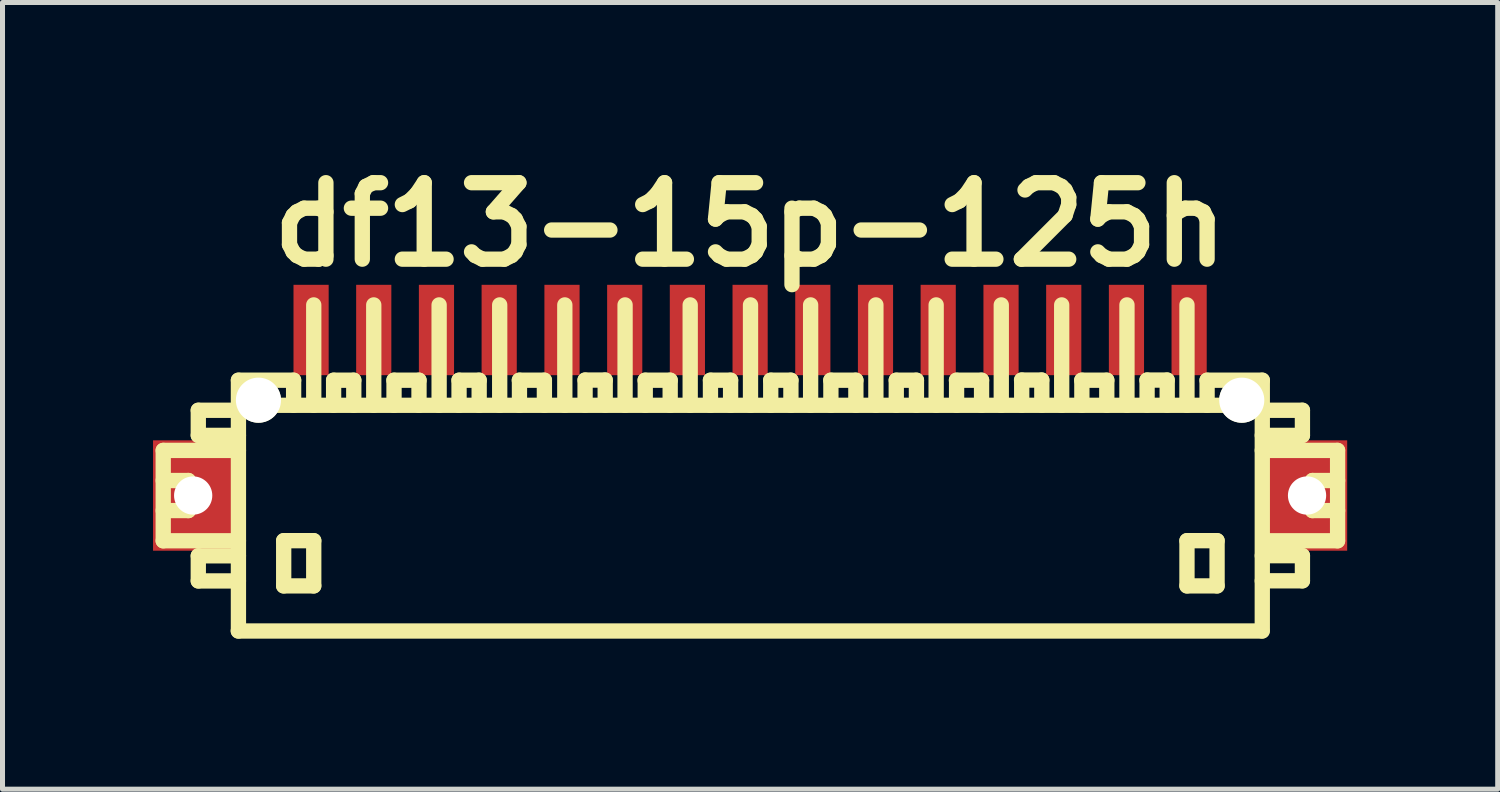
<source format=kicad_pcb>
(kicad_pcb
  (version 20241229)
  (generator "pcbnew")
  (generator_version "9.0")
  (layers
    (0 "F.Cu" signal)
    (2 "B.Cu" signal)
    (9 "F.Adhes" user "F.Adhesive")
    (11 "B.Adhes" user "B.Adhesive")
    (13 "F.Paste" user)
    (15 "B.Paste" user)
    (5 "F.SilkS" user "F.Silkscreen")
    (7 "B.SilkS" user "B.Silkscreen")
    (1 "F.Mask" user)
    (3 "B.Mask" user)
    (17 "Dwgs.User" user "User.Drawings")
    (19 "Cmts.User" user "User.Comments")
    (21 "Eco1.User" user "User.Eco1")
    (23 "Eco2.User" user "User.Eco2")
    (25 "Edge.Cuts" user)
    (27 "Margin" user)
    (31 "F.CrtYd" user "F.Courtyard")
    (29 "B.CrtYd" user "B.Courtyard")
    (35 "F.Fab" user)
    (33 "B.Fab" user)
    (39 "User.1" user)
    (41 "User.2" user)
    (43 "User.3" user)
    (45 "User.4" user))
  (footprint "df13-15p-125h"
    (layer "F.Cu")
    (at 11.9 7.027)
    (property "Reference" "df13-15p-125h" (at 0 -5.601 0) (layer "F.SilkS") (effects (font (size 1.524 1.524) (thickness 0.305))))
    (attr through_hole)
    (fp_line (start -11.697 -1.1) (end -11.697 0.701) (stroke (width 0.305) (type solid)) (layer "F.SilkS"))
    (fp_line (start -11.697 0.701) (end -10.198 0.701) (stroke (width 0.305) (type solid)) (layer "F.SilkS"))
    (fp_line (start -11.196 -0.5) (end -11.697 -0.5) (stroke (width 0.305) (type solid)) (layer "F.SilkS"))
    (fp_line (start -11.196 0.099) (end -11.697 0.099) (stroke (width 0.305) (type solid)) (layer "F.SilkS"))
    (fp_line (start -11.196 0.099) (end -11.196 -0.5) (stroke (width 0.305) (type solid)) (layer "F.SilkS"))
    (fp_line (start -10.998 -1.9) (end -10.998 -1.4) (stroke (width 0.305) (type solid)) (layer "F.SilkS"))
    (fp_line (start -10.998 -1.9) (end -10.198 -1.9) (stroke (width 0.305) (type solid)) (layer "F.SilkS"))
    (fp_line (start -10.998 1.001) (end -10.998 1.501) (stroke (width 0.305) (type solid)) (layer "F.SilkS"))
    (fp_line (start -10.998 1.501) (end -10.198 1.501) (stroke (width 0.305) (type solid)) (layer "F.SilkS"))
    (fp_line (start -10.201 -1.999) (end 10.201 -1.999) (stroke (width 0.305) (type solid)) (layer "F.SilkS"))
    (fp_line (start -10.198 -1.4) (end -10.998 -1.4) (stroke (width 0.305) (type solid)) (layer "F.SilkS"))
    (fp_line (start -10.198 -1.1) (end -11.697 -1.1) (stroke (width 0.305) (type solid)) (layer "F.SilkS"))
    (fp_line (start -10.198 1.001) (end -10.998 1.001) (stroke (width 0.305) (type solid)) (layer "F.SilkS"))
    (fp_line (start -10.198 2.499) (end -10.198 -2.499) (stroke (width 0.305) (type solid)) (layer "F.SilkS"))
    (fp_line (start -9.296 0.699) (end -9.296 1.6) (stroke (width 0.305) (type solid)) (layer "F.SilkS"))
    (fp_line (start -9.296 1.6) (end -8.697 1.6) (stroke (width 0.305) (type solid)) (layer "F.SilkS"))
    (fp_line (start -9.098 -2.499) (end -10.198 -2.499) (stroke (width 0.305) (type solid)) (layer "F.SilkS"))
    (fp_line (start -9.098 -2.499) (end -9.098 -1.999) (stroke (width 0.305) (type solid)) (layer "F.SilkS"))
    (fp_line (start -8.697 -4) (end -8.697 -1.999) (stroke (width 0.305) (type solid)) (layer "F.SilkS"))
    (fp_line (start -8.697 0.699) (end -9.296 0.699) (stroke (width 0.305) (type solid)) (layer "F.SilkS"))
    (fp_line (start -8.697 1.6) (end -8.697 0.699) (stroke (width 0.305) (type solid)) (layer "F.SilkS"))
    (fp_line (start -8.301 -2.499) (end -8.301 -1.999) (stroke (width 0.305) (type solid)) (layer "F.SilkS"))
    (fp_line (start -7.899 -2.499) (end -8.301 -2.499) (stroke (width 0.305) (type solid)) (layer "F.SilkS"))
    (fp_line (start -7.899 -2.499) (end -7.899 -1.999) (stroke (width 0.305) (type solid)) (layer "F.SilkS"))
    (fp_line (start -7.501 -1.999) (end -7.501 -4) (stroke (width 0.305) (type solid)) (layer "F.SilkS"))
    (fp_line (start -7.099 -2.499) (end -6.599 -2.499) (stroke (width 0.305) (type solid)) (layer "F.SilkS"))
    (fp_line (start -7.097 -1.999) (end -7.097 -2.499) (stroke (width 0.305) (type solid)) (layer "F.SilkS"))
    (fp_line (start -6.599 -2.499) (end -6.599 -1.999) (stroke (width 0.305) (type solid)) (layer "F.SilkS"))
    (fp_line (start -6.198 -1.999) (end -6.198 -4) (stroke (width 0.305) (type solid)) (layer "F.SilkS"))
    (fp_line (start -5.801 -2.499) (end -5.801 -1.999) (stroke (width 0.305) (type solid)) (layer "F.SilkS"))
    (fp_line (start -5.4 -2.499) (end -5.801 -2.499) (stroke (width 0.305) (type solid)) (layer "F.SilkS"))
    (fp_line (start -5.4 -2.499) (end -5.4 -1.999) (stroke (width 0.305) (type solid)) (layer "F.SilkS"))
    (fp_line (start -4.991 -1.999) (end -4.991 -4) (stroke (width 0.305) (type solid)) (layer "F.SilkS"))
    (fp_line (start -4.6 -2.499) (end -4.1 -2.499) (stroke (width 0.305) (type solid)) (layer "F.SilkS"))
    (fp_line (start -4.597 -1.999) (end -4.597 -2.499) (stroke (width 0.305) (type solid)) (layer "F.SilkS"))
    (fp_line (start -4.1 -2.499) (end -4.1 -1.999) (stroke (width 0.305) (type solid)) (layer "F.SilkS"))
    (fp_line (start -3.693 -1.999) (end -3.693 -4) (stroke (width 0.305) (type solid)) (layer "F.SilkS"))
    (fp_line (start -3.289 -2.502) (end -3.289 -2.002) (stroke (width 0.305) (type solid)) (layer "F.SilkS"))
    (fp_line (start -2.888 -2.502) (end -3.289 -2.502) (stroke (width 0.305) (type solid)) (layer "F.SilkS"))
    (fp_line (start -2.888 -2.502) (end -2.888 -2.002) (stroke (width 0.305) (type solid)) (layer "F.SilkS"))
    (fp_line (start -2.492 -1.999) (end -2.492 -4) (stroke (width 0.305) (type solid)) (layer "F.SilkS"))
    (fp_line (start -2.093 -2.499) (end -1.593 -2.499) (stroke (width 0.305) (type solid)) (layer "F.SilkS"))
    (fp_line (start -2.09 -1.999) (end -2.09 -2.499) (stroke (width 0.305) (type solid)) (layer "F.SilkS"))
    (fp_line (start -1.593 -2.499) (end -1.593 -1.999) (stroke (width 0.305) (type solid)) (layer "F.SilkS"))
    (fp_line (start -1.194 -1.999) (end -1.194 -4) (stroke (width 0.305) (type solid)) (layer "F.SilkS"))
    (fp_line (start -0.79 -2.499) (end -0.79 -1.999) (stroke (width 0.305) (type solid)) (layer "F.SilkS"))
    (fp_line (start -0.389 -2.499) (end -0.79 -2.499) (stroke (width 0.305) (type solid)) (layer "F.SilkS"))
    (fp_line (start -0.389 -2.499) (end -0.389 -1.999) (stroke (width 0.305) (type solid)) (layer "F.SilkS"))
    (fp_line (start 0.008 -1.999) (end 0.008 -4) (stroke (width 0.305) (type solid)) (layer "F.SilkS"))
    (fp_line (start 0.411 -2.499) (end 0.411 -1.999) (stroke (width 0.305) (type solid)) (layer "F.SilkS"))
    (fp_line (start 0.813 -2.499) (end 0.411 -2.499) (stroke (width 0.305) (type solid)) (layer "F.SilkS"))
    (fp_line (start 0.813 -2.499) (end 0.813 -1.999) (stroke (width 0.305) (type solid)) (layer "F.SilkS"))
    (fp_line (start 1.206 -1.999) (end 1.206 -4) (stroke (width 0.305) (type solid)) (layer "F.SilkS"))
    (fp_line (start 1.608 -2.499) (end 2.108 -2.499) (stroke (width 0.305) (type solid)) (layer "F.SilkS"))
    (fp_line (start 1.61 -1.999) (end 1.61 -2.499) (stroke (width 0.305) (type solid)) (layer "F.SilkS"))
    (fp_line (start 2.108 -2.499) (end 2.108 -1.999) (stroke (width 0.305) (type solid)) (layer "F.SilkS"))
    (fp_line (start 2.507 -1.999) (end 2.507 -4) (stroke (width 0.305) (type solid)) (layer "F.SilkS"))
    (fp_line (start 2.913 -2.499) (end 2.913 -1.999) (stroke (width 0.305) (type solid)) (layer "F.SilkS"))
    (fp_line (start 3.315 -2.499) (end 2.913 -2.499) (stroke (width 0.305) (type solid)) (layer "F.SilkS"))
    (fp_line (start 3.315 -2.499) (end 3.315 -1.999) (stroke (width 0.305) (type solid)) (layer "F.SilkS"))
    (fp_line (start 3.708 -1.999) (end 3.708 -4) (stroke (width 0.305) (type solid)) (layer "F.SilkS"))
    (fp_line (start 4.112 -2.499) (end 4.613 -2.499) (stroke (width 0.305) (type solid)) (layer "F.SilkS"))
    (fp_line (start 4.115 -1.999) (end 4.115 -2.499) (stroke (width 0.305) (type solid)) (layer "F.SilkS"))
    (fp_line (start 4.613 -2.499) (end 4.613 -1.999) (stroke (width 0.305) (type solid)) (layer "F.SilkS"))
    (fp_line (start 5.006 -1.999) (end 5.006 -4) (stroke (width 0.305) (type solid)) (layer "F.SilkS"))
    (fp_line (start 5.413 -2.502) (end 5.413 -2.002) (stroke (width 0.305) (type solid)) (layer "F.SilkS"))
    (fp_line (start 5.812 -2.502) (end 5.41 -2.502) (stroke (width 0.305) (type solid)) (layer "F.SilkS"))
    (fp_line (start 5.814 -2.502) (end 5.814 -2.002) (stroke (width 0.305) (type solid)) (layer "F.SilkS"))
    (fp_line (start 6.21 -1.999) (end 6.21 -4) (stroke (width 0.305) (type solid)) (layer "F.SilkS"))
    (fp_line (start 6.609 -2.499) (end 7.109 -2.499) (stroke (width 0.305) (type solid)) (layer "F.SilkS"))
    (fp_line (start 6.612 -1.999) (end 6.612 -2.499) (stroke (width 0.305) (type solid)) (layer "F.SilkS"))
    (fp_line (start 7.109 -2.499) (end 7.109 -1.999) (stroke (width 0.305) (type solid)) (layer "F.SilkS"))
    (fp_line (start 7.511 -1.999) (end 7.511 -4) (stroke (width 0.305) (type solid)) (layer "F.SilkS"))
    (fp_line (start 7.912 -2.502) (end 7.912 -2.002) (stroke (width 0.305) (type solid)) (layer "F.SilkS"))
    (fp_line (start 8.311 -2.502) (end 7.91 -2.502) (stroke (width 0.305) (type solid)) (layer "F.SilkS"))
    (fp_line (start 8.313 -2.502) (end 8.313 -2.002) (stroke (width 0.305) (type solid)) (layer "F.SilkS"))
    (fp_line (start 8.707 -1.999) (end 8.707 -4) (stroke (width 0.305) (type solid)) (layer "F.SilkS"))
    (fp_line (start 8.707 0.699) (end 9.307 0.699) (stroke (width 0.305) (type solid)) (layer "F.SilkS"))
    (fp_line (start 8.707 1.6) (end 8.707 0.699) (stroke (width 0.305) (type solid)) (layer "F.SilkS"))
    (fp_line (start 9.108 -2.499) (end 9.108 -1.999) (stroke (width 0.305) (type solid)) (layer "F.SilkS"))
    (fp_line (start 9.307 0.699) (end 9.307 1.6) (stroke (width 0.305) (type solid)) (layer "F.SilkS"))
    (fp_line (start 9.307 1.6) (end 8.707 1.6) (stroke (width 0.305) (type solid)) (layer "F.SilkS"))
    (fp_line (start 10.201 2.499) (end -10.201 2.499) (stroke (width 0.305) (type solid)) (layer "F.SilkS"))
    (fp_line (start 10.208 -2.499) (end 9.108 -2.499) (stroke (width 0.305) (type solid)) (layer "F.SilkS"))
    (fp_line (start 10.208 -2.499) (end 10.208 2.499) (stroke (width 0.305) (type solid)) (layer "F.SilkS"))
    (fp_line (start 10.208 -1.9) (end 11.008 -1.9) (stroke (width 0.305) (type solid)) (layer "F.SilkS"))
    (fp_line (start 10.208 0.998) (end 11.008 0.998) (stroke (width 0.305) (type solid)) (layer "F.SilkS"))
    (fp_line (start 11.008 -1.9) (end 11.008 -1.4) (stroke (width 0.305) (type solid)) (layer "F.SilkS"))
    (fp_line (start 11.008 -1.4) (end 10.208 -1.4) (stroke (width 0.305) (type solid)) (layer "F.SilkS"))
    (fp_line (start 11.008 0.998) (end 11.008 1.499) (stroke (width 0.305) (type solid)) (layer "F.SilkS"))
    (fp_line (start 11.008 1.499) (end 10.208 1.499) (stroke (width 0.305) (type solid)) (layer "F.SilkS"))
    (fp_line (start 11.209 0.099) (end 11.209 -0.5) (stroke (width 0.305) (type solid)) (layer "F.SilkS"))
    (fp_line (start 11.707 -1.1) (end 10.208 -1.1) (stroke (width 0.305) (type solid)) (layer "F.SilkS"))
    (fp_line (start 11.707 0.701) (end 10.307 0.701) (stroke (width 0.305) (type solid)) (layer "F.SilkS"))
    (fp_line (start 11.709 -1.1) (end 11.709 0.701) (stroke (width 0.305) (type solid)) (layer "F.SilkS"))
    (fp_line (start 11.709 -0.5) (end 11.209 -0.5) (stroke (width 0.305) (type solid)) (layer "F.SilkS"))
    (fp_line (start 11.709 0.099) (end 11.209 0.099) (stroke (width 0.305) (type solid)) (layer "F.SilkS"))
    (pad "" np_thru_hole rect (at -11.1 -0.201) (size 1.6 2.2) (drill 0.762) (layers "F.Cu" "F.Mask" "F.Paste"))
    (pad "" np_thru_hole circle (at -9.799 -2.101) (size 0.899 0.899) (drill 0.899) (layers "*.Cu" "*.Mask" "F.SilkS"))
    (pad "" np_thru_hole circle (at 9.799 -2.101) (size 0.899 0.899) (drill 0.899) (layers "*.Cu" "*.Mask" "F.SilkS"))
    (pad "" np_thru_hole rect (at 11.1 -0.201) (size 1.6 2.2) (drill 0.762) (layers "F.Cu" "F.Mask" "F.Paste"))
    (pad "1" smd rect (at 8.75 -3.5) (size 0.701 1.801) (layers "F.Cu" "F.Mask" "F.Paste"))
    (pad "2" smd rect (at 7.501 -3.5) (size 0.701 1.801) (layers "F.Cu" "F.Mask" "F.Paste"))
    (pad "3" smd rect (at 6.251 -3.5) (size 0.701 1.801) (layers "F.Cu" "F.Mask" "F.Paste"))
    (pad "4" smd rect (at 5.001 -3.5) (size 0.701 1.801) (layers "F.Cu" "F.Mask" "F.Paste"))
    (pad "5" smd rect (at 3.749 -3.5) (size 0.701 1.801) (layers "F.Cu" "F.Mask" "F.Paste"))
    (pad "6" smd rect (at 2.499 -3.5) (size 0.701 1.801) (layers "F.Cu" "F.Mask" "F.Paste"))
    (pad "7" smd rect (at 1.25 -3.5) (size 0.701 1.801) (layers "F.Cu" "F.Mask" "F.Paste"))
    (pad "8" smd rect (at 0 -3.5) (size 0.701 1.801) (layers "F.Cu" "F.Mask" "F.Paste"))
    (pad "9" smd rect (at -1.25 -3.5) (size 0.701 1.801) (layers "F.Cu" "F.Mask" "F.Paste"))
    (pad "10" smd rect (at -2.499 -3.5) (size 0.701 1.801) (layers "F.Cu" "F.Mask" "F.Paste"))
    (pad "11" smd rect (at -3.749 -3.5) (size 0.701 1.801) (layers "F.Cu" "F.Mask" "F.Paste"))
    (pad "12" smd rect (at -5.001 -3.5) (size 0.701 1.801) (layers "F.Cu" "F.Mask" "F.Paste"))
    (pad "13" smd rect (at -6.251 -3.5) (size 0.701 1.801) (layers "F.Cu" "F.Mask" "F.Paste"))
    (pad "14" smd rect (at -7.501 -3.5) (size 0.701 1.801) (layers "F.Cu" "F.Mask" "F.Paste"))
    (pad "15" smd rect (at -8.75 -3.5) (size 0.701 1.801) (layers "F.Cu" "F.Mask" "F.Paste")))
  (gr_rect
    (start -3 -3)
    (end 26.8 12.679)
    (stroke (width 0.1) (type default))
    (fill no)
    (layer "Edge.Cuts")))
</source>
